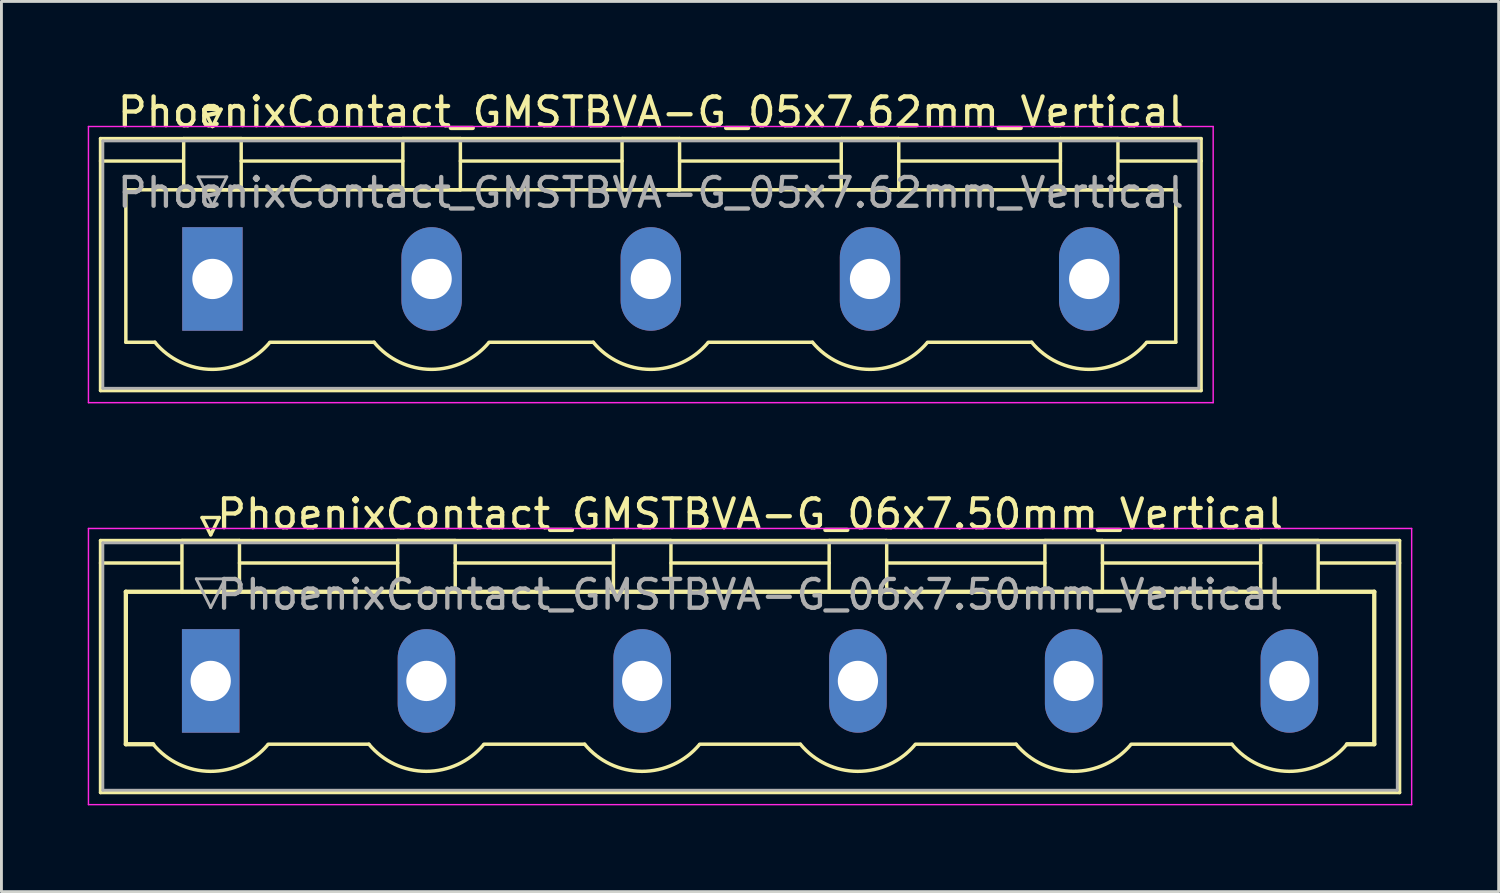
<source format=kicad_pcb>
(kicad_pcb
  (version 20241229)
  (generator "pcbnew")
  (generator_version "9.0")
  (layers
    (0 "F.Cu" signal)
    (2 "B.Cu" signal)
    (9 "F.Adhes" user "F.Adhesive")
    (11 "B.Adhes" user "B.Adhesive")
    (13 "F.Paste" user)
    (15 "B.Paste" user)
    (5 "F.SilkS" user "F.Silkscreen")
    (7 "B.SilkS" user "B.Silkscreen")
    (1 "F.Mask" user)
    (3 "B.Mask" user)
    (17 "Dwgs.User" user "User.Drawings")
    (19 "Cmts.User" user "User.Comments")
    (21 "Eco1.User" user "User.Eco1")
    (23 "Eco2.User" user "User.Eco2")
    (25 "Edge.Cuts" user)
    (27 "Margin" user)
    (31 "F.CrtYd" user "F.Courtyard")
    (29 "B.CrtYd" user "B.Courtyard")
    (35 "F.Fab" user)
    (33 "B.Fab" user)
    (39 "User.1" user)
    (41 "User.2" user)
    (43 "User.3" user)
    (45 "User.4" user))
  (footprint "PhoenixContact_GMSTBVA-G_05x7.62mm_Vertical"
    (layer "F.Cu")
    (at 4.335 6.648)
    (property "Reference" "PhoenixContact_GMSTBVA-G_05x7.62mm_Vertical" (at 15.24 -5.8 0) (layer "F.SilkS") (effects (font (size 1 1) (thickness 0.15))))
    (attr through_hole)
    (fp_line (start -3.89 -4.88) (end -3.89 3.88) (stroke (width 0.12) (type solid)) (layer "F.SilkS"))
    (fp_line (start -3.89 -4.1) (end -1.08 -4.1) (stroke (width 0.12) (type solid)) (layer "F.SilkS"))
    (fp_line (start -3.89 3.88) (end 34.37 3.88) (stroke (width 0.12) (type solid)) (layer "F.SilkS"))
    (fp_line (start -3.01 -3.1) (end 33.49 -3.1) (stroke (width 0.12) (type solid)) (layer "F.SilkS"))
    (fp_line (start -3.01 2.2) (end -3.01 -3.1) (stroke (width 0.12) (type solid)) (layer "F.SilkS"))
    (fp_line (start -2 2.2) (end -3.01 2.2) (stroke (width 0.12) (type solid)) (layer "F.SilkS"))
    (fp_line (start -1 -4.88) (end 1 -4.88) (stroke (width 0.12) (type solid)) (layer "F.SilkS"))
    (fp_line (start -1 -3.1) (end -1 -4.88) (stroke (width 0.12) (type solid)) (layer "F.SilkS"))
    (fp_line (start -0.3 -5.9) (end 0.3 -5.9) (stroke (width 0.12) (type solid)) (layer "F.SilkS"))
    (fp_line (start 0 -5.3) (end -0.3 -5.9) (stroke (width 0.12) (type solid)) (layer "F.SilkS"))
    (fp_line (start 0.3 -5.9) (end 0 -5.3) (stroke (width 0.12) (type solid)) (layer "F.SilkS"))
    (fp_line (start 1 -4.88) (end 1 -3.1) (stroke (width 0.12) (type solid)) (layer "F.SilkS"))
    (fp_line (start 1 -4.1) (end 6.62 -4.1) (stroke (width 0.12) (type solid)) (layer "F.SilkS"))
    (fp_line (start 1 -3.1) (end -1 -3.1) (stroke (width 0.12) (type solid)) (layer "F.SilkS"))
    (fp_line (start 2 2.2) (end 5.62 2.2) (stroke (width 0.12) (type solid)) (layer "F.SilkS"))
    (fp_line (start 6.62 -4.88) (end 8.62 -4.88) (stroke (width 0.12) (type solid)) (layer "F.SilkS"))
    (fp_line (start 6.62 -3.1) (end 6.62 -4.88) (stroke (width 0.12) (type solid)) (layer "F.SilkS"))
    (fp_line (start 8.62 -4.88) (end 8.62 -3.1) (stroke (width 0.12) (type solid)) (layer "F.SilkS"))
    (fp_line (start 8.62 -4.1) (end 14.24 -4.1) (stroke (width 0.12) (type solid)) (layer "F.SilkS"))
    (fp_line (start 8.62 -3.1) (end 6.62 -3.1) (stroke (width 0.12) (type solid)) (layer "F.SilkS"))
    (fp_line (start 9.62 2.2) (end 13.24 2.2) (stroke (width 0.12) (type solid)) (layer "F.SilkS"))
    (fp_line (start 14.24 -4.88) (end 16.24 -4.88) (stroke (width 0.12) (type solid)) (layer "F.SilkS"))
    (fp_line (start 14.24 -3.1) (end 14.24 -4.88) (stroke (width 0.12) (type solid)) (layer "F.SilkS"))
    (fp_line (start 16.24 -4.88) (end 16.24 -3.1) (stroke (width 0.12) (type solid)) (layer "F.SilkS"))
    (fp_line (start 16.24 -4.1) (end 21.86 -4.1) (stroke (width 0.12) (type solid)) (layer "F.SilkS"))
    (fp_line (start 16.24 -3.1) (end 14.24 -3.1) (stroke (width 0.12) (type solid)) (layer "F.SilkS"))
    (fp_line (start 17.24 2.2) (end 20.86 2.2) (stroke (width 0.12) (type solid)) (layer "F.SilkS"))
    (fp_line (start 21.86 -4.88) (end 23.86 -4.88) (stroke (width 0.12) (type solid)) (layer "F.SilkS"))
    (fp_line (start 21.86 -3.1) (end 21.86 -4.88) (stroke (width 0.12) (type solid)) (layer "F.SilkS"))
    (fp_line (start 23.86 -4.88) (end 23.86 -3.1) (stroke (width 0.12) (type solid)) (layer "F.SilkS"))
    (fp_line (start 23.86 -4.1) (end 29.48 -4.1) (stroke (width 0.12) (type solid)) (layer "F.SilkS"))
    (fp_line (start 23.86 -3.1) (end 21.86 -3.1) (stroke (width 0.12) (type solid)) (layer "F.SilkS"))
    (fp_line (start 24.86 2.2) (end 28.48 2.2) (stroke (width 0.12) (type solid)) (layer "F.SilkS"))
    (fp_line (start 29.48 -4.88) (end 31.48 -4.88) (stroke (width 0.12) (type solid)) (layer "F.SilkS"))
    (fp_line (start 29.48 -3.1) (end 29.48 -4.88) (stroke (width 0.12) (type solid)) (layer "F.SilkS"))
    (fp_line (start 31.48 -4.88) (end 31.48 -3.1) (stroke (width 0.12) (type solid)) (layer "F.SilkS"))
    (fp_line (start 31.48 -3.1) (end 29.48 -3.1) (stroke (width 0.12) (type solid)) (layer "F.SilkS"))
    (fp_line (start 33.49 -3.1) (end 33.49 2.2) (stroke (width 0.12) (type solid)) (layer "F.SilkS"))
    (fp_line (start 33.49 2.2) (end 32.48 2.2) (stroke (width 0.12) (type solid)) (layer "F.SilkS"))
    (fp_line (start 34.37 -4.88) (end -3.89 -4.88) (stroke (width 0.12) (type solid)) (layer "F.SilkS"))
    (fp_line (start 34.37 -4.1) (end 31.56 -4.1) (stroke (width 0.12) (type solid)) (layer "F.SilkS"))
    (fp_line (start 34.37 3.88) (end 34.37 -4.88) (stroke (width 0.12) (type solid)) (layer "F.SilkS"))
    (fp_arc (start 1.986842 2.215821) (mid -0.010289 3.142758) (end -2 2.2) (stroke (width 0.12) (type solid)) (layer "F.SilkS"))
    (fp_arc (start 9.606842 2.215821) (mid 7.609711 3.142758) (end 5.62 2.2) (stroke (width 0.12) (type solid)) (layer "F.SilkS"))
    (fp_arc (start 17.226842 2.215821) (mid 15.229711 3.142758) (end 13.24 2.2) (stroke (width 0.12) (type solid)) (layer "F.SilkS"))
    (fp_arc (start 24.846842 2.215821) (mid 22.849711 3.142758) (end 20.86 2.2) (stroke (width 0.12) (type solid)) (layer "F.SilkS"))
    (fp_arc (start 32.466842 2.215821) (mid 30.469711 3.142758) (end 28.48 2.2) (stroke (width 0.12) (type solid)) (layer "F.SilkS"))
    (fp_line (start -4.31 -5.3) (end -4.31 4.3) (stroke (width 0.05) (type solid)) (layer "F.CrtYd"))
    (fp_line (start -4.31 4.3) (end 34.79 4.3) (stroke (width 0.05) (type solid)) (layer "F.CrtYd"))
    (fp_line (start 34.79 -5.3) (end -4.31 -5.3) (stroke (width 0.05) (type solid)) (layer "F.CrtYd"))
    (fp_line (start 34.79 4.3) (end 34.79 -5.3) (stroke (width 0.05) (type solid)) (layer "F.CrtYd"))
    (fp_line (start -3.81 -4.8) (end -3.81 3.8) (stroke (width 0.1) (type solid)) (layer "F.Fab"))
    (fp_line (start -3.81 3.8) (end 34.29 3.8) (stroke (width 0.1) (type solid)) (layer "F.Fab"))
    (fp_line (start -0.5 -3.55) (end 0.5 -3.55) (stroke (width 0.1) (type solid)) (layer "F.Fab"))
    (fp_line (start 0 -2.55) (end -0.5 -3.55) (stroke (width 0.1) (type solid)) (layer "F.Fab"))
    (fp_line (start 0.5 -3.55) (end 0 -2.55) (stroke (width 0.1) (type solid)) (layer "F.Fab"))
    (fp_line (start 34.29 -4.8) (end -3.81 -4.8) (stroke (width 0.1) (type solid)) (layer "F.Fab"))
    (fp_line (start 34.29 3.8) (end 34.29 -4.8) (stroke (width 0.1) (type solid)) (layer "F.Fab"))
    (fp_text user "${REFERENCE}" (at 15.24 -3 0) (layer "F.Fab") (effects (font (size 1 1) (thickness 0.15))))
    (pad "1" thru_hole rect (at 0 0) (size 2.1 3.6) (drill 1.4) (layers "*.Cu" "*.Mask"))
    (pad "2" thru_hole oval (at 7.62 0) (size 2.1 3.6) (drill 1.4) (layers "*.Cu" "*.Mask"))
    (pad "3" thru_hole oval (at 15.24 0) (size 2.1 3.6) (drill 1.4) (layers "*.Cu" "*.Mask"))
    (pad "4" thru_hole oval (at 22.86 0) (size 2.1 3.6) (drill 1.4) (layers "*.Cu" "*.Mask"))
    (pad "5" thru_hole oval (at 30.48 0) (size 2.1 3.6) (drill 1.4) (layers "*.Cu" "*.Mask")))
  (footprint "PhoenixContact_GMSTBVA-G_06x7.50mm_Vertical"
    (layer "F.Cu")
    (at 4.275 20.622)
    (property "Reference" "PhoenixContact_GMSTBVA-G_06x7.50mm_Vertical" (at 18.75 -5.8 0) (layer "F.SilkS") (effects (font (size 1 1) (thickness 0.15))))
    (attr through_hole)
    (fp_line (start -3.83 -4.88) (end -3.83 3.88) (stroke (width 0.12) (type solid)) (layer "F.SilkS"))
    (fp_line (start -3.83 -4.1) (end -1.08 -4.1) (stroke (width 0.12) (type solid)) (layer "F.SilkS"))
    (fp_line (start -3.83 3.88) (end 41.33 3.88) (stroke (width 0.12) (type solid)) (layer "F.SilkS"))
    (fp_line (start -2.95 -3.1) (end 40.45 -3.1) (stroke (width 0.15) (type solid)) (layer "F.SilkS"))
    (fp_line (start -2.95 2.2) (end -2.95 -3.1) (stroke (width 0.15) (type solid)) (layer "F.SilkS"))
    (fp_line (start -2 2.2) (end -2.95 2.2) (stroke (width 0.15) (type solid)) (layer "F.SilkS"))
    (fp_line (start -1 -4.88) (end 1 -4.88) (stroke (width 0.12) (type solid)) (layer "F.SilkS"))
    (fp_line (start -1 -3.1) (end -1 -4.88) (stroke (width 0.12) (type solid)) (layer "F.SilkS"))
    (fp_line (start -0.3 -5.68) (end 0.3 -5.68) (stroke (width 0.12) (type solid)) (layer "F.SilkS"))
    (fp_line (start 0 -5.08) (end -0.3 -5.68) (stroke (width 0.12) (type solid)) (layer "F.SilkS"))
    (fp_line (start 0.3 -5.68) (end 0 -5.08) (stroke (width 0.12) (type solid)) (layer "F.SilkS"))
    (fp_line (start 1 -4.88) (end 1 -3.1) (stroke (width 0.12) (type solid)) (layer "F.SilkS"))
    (fp_line (start 1 -4.1) (end 6.5 -4.1) (stroke (width 0.12) (type solid)) (layer "F.SilkS"))
    (fp_line (start 1 -3.1) (end -1 -3.1) (stroke (width 0.12) (type solid)) (layer "F.SilkS"))
    (fp_line (start 2 2.2) (end 5.5 2.2) (stroke (width 0.12) (type solid)) (layer "F.SilkS"))
    (fp_line (start 6.5 -4.88) (end 8.5 -4.88) (stroke (width 0.12) (type solid)) (layer "F.SilkS"))
    (fp_line (start 6.5 -3.1) (end 6.5 -4.88) (stroke (width 0.12) (type solid)) (layer "F.SilkS"))
    (fp_line (start 8.5 -4.88) (end 8.5 -3.1) (stroke (width 0.12) (type solid)) (layer "F.SilkS"))
    (fp_line (start 8.5 -4.1) (end 14 -4.1) (stroke (width 0.12) (type solid)) (layer "F.SilkS"))
    (fp_line (start 8.5 -3.1) (end 6.5 -3.1) (stroke (width 0.12) (type solid)) (layer "F.SilkS"))
    (fp_line (start 9.5 2.2) (end 13 2.2) (stroke (width 0.12) (type solid)) (layer "F.SilkS"))
    (fp_line (start 14 -4.88) (end 16 -4.88) (stroke (width 0.12) (type solid)) (layer "F.SilkS"))
    (fp_line (start 14 -3.1) (end 14 -4.88) (stroke (width 0.12) (type solid)) (layer "F.SilkS"))
    (fp_line (start 16 -4.88) (end 16 -3.1) (stroke (width 0.12) (type solid)) (layer "F.SilkS"))
    (fp_line (start 16 -4.1) (end 21.5 -4.1) (stroke (width 0.12) (type solid)) (layer "F.SilkS"))
    (fp_line (start 16 -3.1) (end 14 -3.1) (stroke (width 0.12) (type solid)) (layer "F.SilkS"))
    (fp_line (start 17 2.2) (end 20.5 2.2) (stroke (width 0.12) (type solid)) (layer "F.SilkS"))
    (fp_line (start 21.5 -4.88) (end 23.5 -4.88) (stroke (width 0.12) (type solid)) (layer "F.SilkS"))
    (fp_line (start 21.5 -3.1) (end 21.5 -4.88) (stroke (width 0.12) (type solid)) (layer "F.SilkS"))
    (fp_line (start 23.5 -4.88) (end 23.5 -3.1) (stroke (width 0.12) (type solid)) (layer "F.SilkS"))
    (fp_line (start 23.5 -4.1) (end 29 -4.1) (stroke (width 0.12) (type solid)) (layer "F.SilkS"))
    (fp_line (start 23.5 -3.1) (end 21.5 -3.1) (stroke (width 0.12) (type solid)) (layer "F.SilkS"))
    (fp_line (start 24.5 2.2) (end 28 2.2) (stroke (width 0.12) (type solid)) (layer "F.SilkS"))
    (fp_line (start 29 -4.88) (end 31 -4.88) (stroke (width 0.12) (type solid)) (layer "F.SilkS"))
    (fp_line (start 29 -3.1) (end 29 -4.88) (stroke (width 0.12) (type solid)) (layer "F.SilkS"))
    (fp_line (start 31 -4.88) (end 31 -3.1) (stroke (width 0.12) (type solid)) (layer "F.SilkS"))
    (fp_line (start 31 -4.1) (end 36.5 -4.1) (stroke (width 0.12) (type solid)) (layer "F.SilkS"))
    (fp_line (start 31 -3.1) (end 29 -3.1) (stroke (width 0.12) (type solid)) (layer "F.SilkS"))
    (fp_line (start 32 2.2) (end 35.5 2.2) (stroke (width 0.12) (type solid)) (layer "F.SilkS"))
    (fp_line (start 36.5 -4.88) (end 38.5 -4.88) (stroke (width 0.12) (type solid)) (layer "F.SilkS"))
    (fp_line (start 36.5 -3.1) (end 36.5 -4.88) (stroke (width 0.12) (type solid)) (layer "F.SilkS"))
    (fp_line (start 38.5 -4.88) (end 38.5 -3.1) (stroke (width 0.12) (type solid)) (layer "F.SilkS"))
    (fp_line (start 38.5 -3.1) (end 36.5 -3.1) (stroke (width 0.12) (type solid)) (layer "F.SilkS"))
    (fp_line (start 40.45 -3.1) (end 40.45 2.2) (stroke (width 0.15) (type solid)) (layer "F.SilkS"))
    (fp_line (start 40.45 2.2) (end 39.5 2.2) (stroke (width 0.15) (type solid)) (layer "F.SilkS"))
    (fp_line (start 41.33 -4.88) (end -3.83 -4.88) (stroke (width 0.12) (type solid)) (layer "F.SilkS"))
    (fp_line (start 41.33 -4.1) (end 38.58 -4.1) (stroke (width 0.12) (type solid)) (layer "F.SilkS"))
    (fp_line (start 41.33 3.88) (end 41.33 -4.88) (stroke (width 0.12) (type solid)) (layer "F.SilkS"))
    (fp_arc (start 1.986842 2.215821) (mid -0.010289 3.142758) (end -2 2.2) (stroke (width 0.12) (type solid)) (layer "F.SilkS"))
    (fp_arc (start 9.486842 2.215821) (mid 7.489711 3.142758) (end 5.5 2.2) (stroke (width 0.12) (type solid)) (layer "F.SilkS"))
    (fp_arc (start 16.986842 2.215821) (mid 14.989711 3.142758) (end 13 2.2) (stroke (width 0.12) (type solid)) (layer "F.SilkS"))
    (fp_arc (start 24.486842 2.215821) (mid 22.489711 3.142758) (end 20.5 2.2) (stroke (width 0.12) (type solid)) (layer "F.SilkS"))
    (fp_arc (start 31.986842 2.215821) (mid 29.989711 3.142758) (end 28 2.2) (stroke (width 0.12) (type solid)) (layer "F.SilkS"))
    (fp_arc (start 39.486842 2.215821) (mid 37.489711 3.142758) (end 35.5 2.2) (stroke (width 0.12) (type solid)) (layer "F.SilkS"))
    (fp_line (start -4.25 -5.3) (end -4.25 4.3) (stroke (width 0.05) (type solid)) (layer "F.CrtYd"))
    (fp_line (start -4.25 4.3) (end 41.75 4.3) (stroke (width 0.05) (type solid)) (layer "F.CrtYd"))
    (fp_line (start 41.75 -5.3) (end -4.25 -5.3) (stroke (width 0.05) (type solid)) (layer "F.CrtYd"))
    (fp_line (start 41.75 4.3) (end 41.75 -5.3) (stroke (width 0.05) (type solid)) (layer "F.CrtYd"))
    (fp_line (start -3.75 -4.8) (end -3.75 3.8) (stroke (width 0.1) (type solid)) (layer "F.Fab"))
    (fp_line (start -3.75 3.8) (end 41.25 3.8) (stroke (width 0.1) (type solid)) (layer "F.Fab"))
    (fp_line (start -0.5 -3.55) (end 0.5 -3.55) (stroke (width 0.1) (type solid)) (layer "F.Fab"))
    (fp_line (start 0 -2.55) (end -0.5 -3.55) (stroke (width 0.1) (type solid)) (layer "F.Fab"))
    (fp_line (start 0.5 -3.55) (end 0 -2.55) (stroke (width 0.1) (type solid)) (layer "F.Fab"))
    (fp_line (start 41.25 -4.8) (end -3.75 -4.8) (stroke (width 0.1) (type solid)) (layer "F.Fab"))
    (fp_line (start 41.25 3.8) (end 41.25 -4.8) (stroke (width 0.1) (type solid)) (layer "F.Fab"))
    (fp_text user "${REFERENCE}" (at 18.75 -3 0) (layer "F.Fab") (effects (font (size 1 1) (thickness 0.15))))
    (pad "1" thru_hole rect (at 0 0) (size 2 3.6) (drill 1.4) (layers "*.Cu" "*.Mask"))
    (pad "2" thru_hole oval (at 7.5 0) (size 2 3.6) (drill 1.4) (layers "*.Cu" "*.Mask"))
    (pad "3" thru_hole oval (at 15 0) (size 2 3.6) (drill 1.4) (layers "*.Cu" "*.Mask"))
    (pad "4" thru_hole oval (at 22.5 0) (size 2 3.6) (drill 1.4) (layers "*.Cu" "*.Mask"))
    (pad "5" thru_hole oval (at 30 0) (size 2 3.6) (drill 1.4) (layers "*.Cu" "*.Mask"))
    (pad "6" thru_hole oval (at 37.5 0) (size 2 3.6) (drill 1.4) (layers "*.Cu" "*.Mask")))
  (gr_rect
    (start -3 -3)
    (end 49.05 27.947)
    (stroke (width 0.1) (type default))
    (fill no)
    (layer "Edge.Cuts")))
</source>
